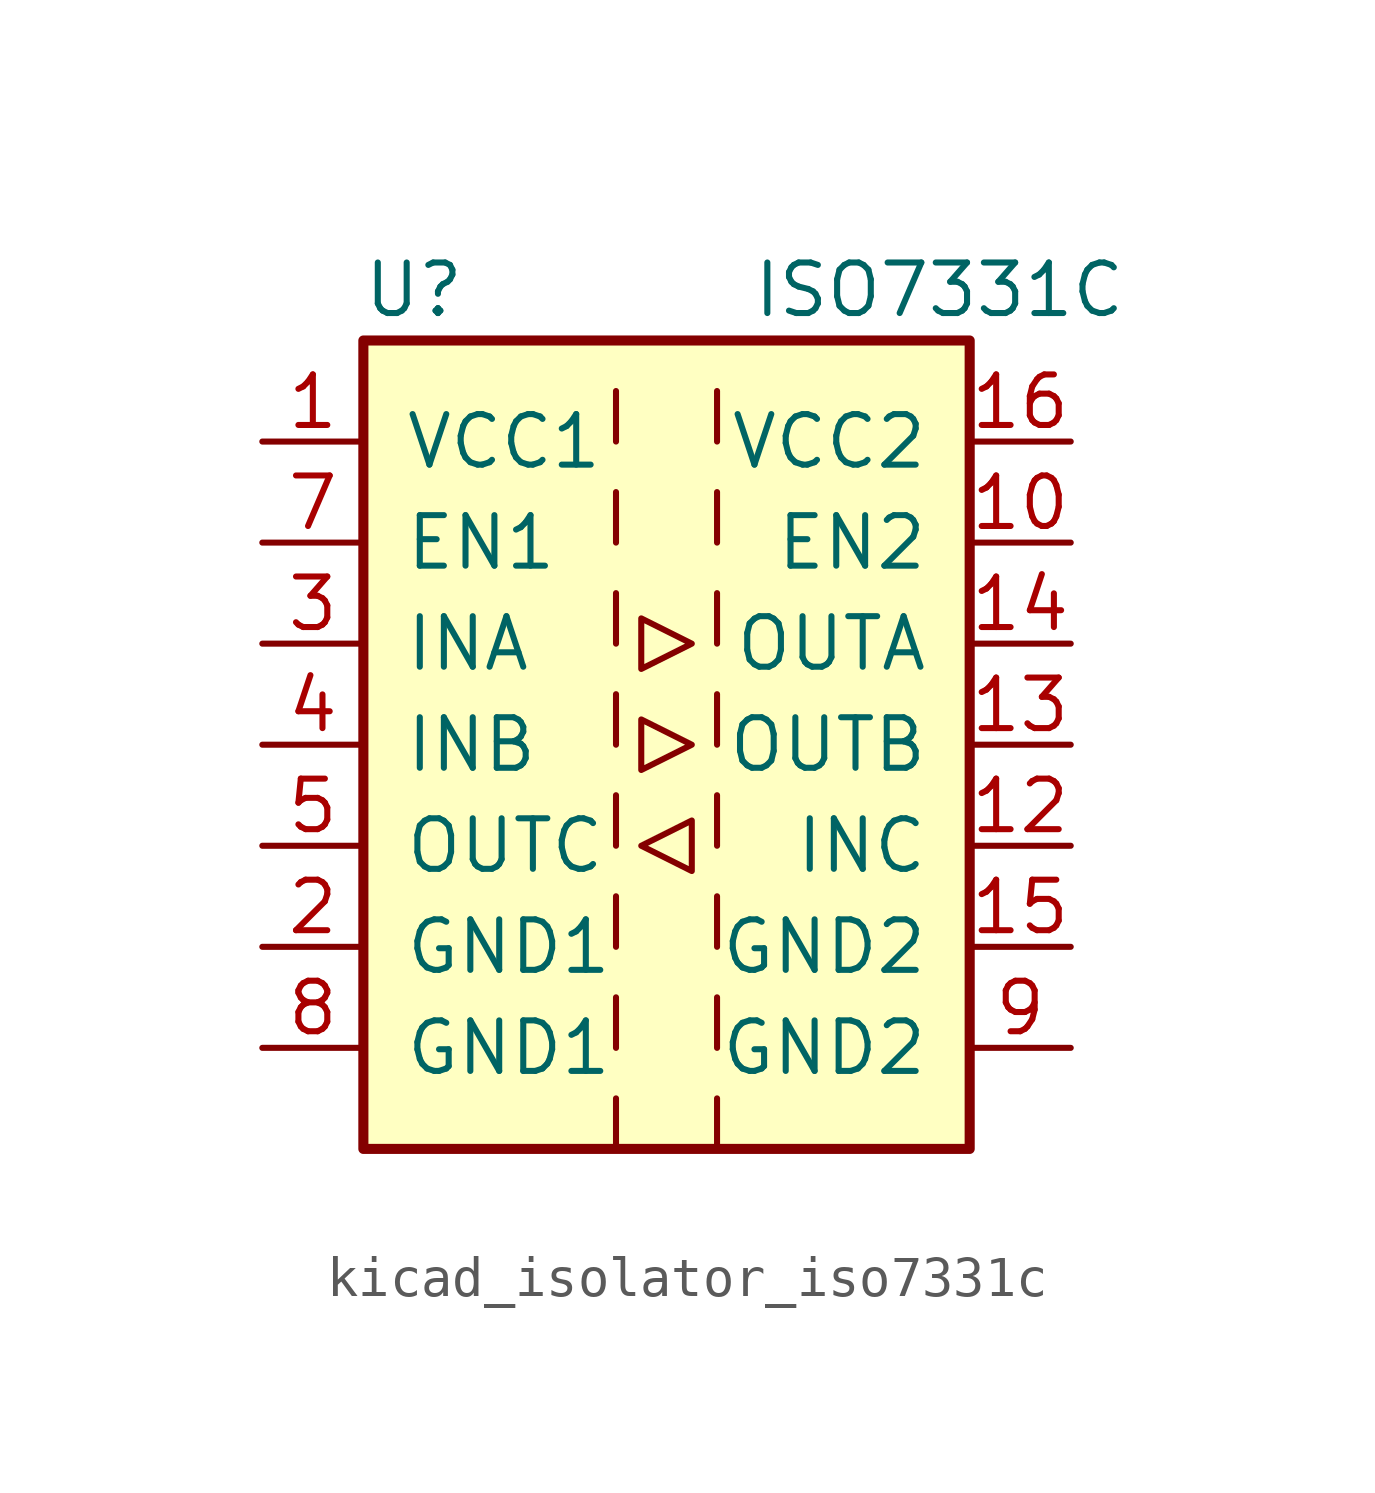
<source format=kicad_sym>
(kicad_symbol_lib
  (version 20220914)
  (generator kicad_symbol_editor)
  (symbol "kicad_isolator_iso7331c"
    (pin_names
      (offset 1.016))
    (property "Reference" "U"
      (at -6.35 11.43 0)
      (effects (font (size 1.27 1.27))))
    (property "Value" "ISO7331C"
      (at 6.858 11.43 0)
      (effects (font (size 1.27 1.27))))
    (symbol "kicad_isolator_iso7331c_0_1"
      (rectangle (start -7.62 10.16) (end 7.62 -10.16) (stroke (width 0.254) (type default)) (fill (type background)))
      (polyline (pts (xy -1.27 -8.89) (xy -1.27 -10.16)) (stroke (width 0) (type default)) (fill (type none)))
      (polyline (pts (xy -1.27 -6.35) (xy -1.27 -7.62)) (stroke (width 0) (type default)) (fill (type none)))
      (polyline (pts (xy -1.27 -3.81) (xy -1.27 -5.08)) (stroke (width 0) (type default)) (fill (type none)))
      (polyline (pts (xy -1.27 -1.27) (xy -1.27 -2.54)) (stroke (width 0) (type default)) (fill (type none)))
      (polyline (pts (xy -1.27 1.27) (xy -1.27 0)) (stroke (width 0) (type default)) (fill (type none)))
      (polyline (pts (xy -1.27 3.81) (xy -1.27 2.54)) (stroke (width 0) (type default)) (fill (type none)))
      (polyline (pts (xy -1.27 6.35) (xy -1.27 5.08)) (stroke (width 0) (type default)) (fill (type none)))
      (polyline (pts (xy -1.27 8.89) (xy -1.27 7.62)) (stroke (width 0) (type default)) (fill (type none)))
      (polyline (pts (xy 1.27 -8.89) (xy 1.27 -10.16)) (stroke (width 0) (type default)) (fill (type none)))
      (polyline (pts (xy 1.27 -6.35) (xy 1.27 -7.62)) (stroke (width 0) (type default)) (fill (type none)))
      (polyline (pts (xy 1.27 -3.81) (xy 1.27 -5.08)) (stroke (width 0) (type default)) (fill (type none)))
      (polyline (pts (xy 1.27 -1.27) (xy 1.27 -2.54)) (stroke (width 0) (type default)) (fill (type none)))
      (polyline (pts (xy 1.27 1.27) (xy 1.27 0)) (stroke (width 0) (type default)) (fill (type none)))
      (polyline (pts (xy 1.27 3.81) (xy 1.27 2.54)) (stroke (width 0) (type default)) (fill (type none)))
      (polyline (pts (xy 1.27 6.35) (xy 1.27 5.08)) (stroke (width 0) (type default)) (fill (type none)))
      (polyline (pts (xy 1.27 8.89) (xy 1.27 7.62)) (stroke (width 0) (type default)) (fill (type none)))
      (polyline (pts (xy -0.635 -2.54) (xy 0.635 -1.905) (xy 0.635 -3.175) (xy -0.635 -2.54)) (stroke (width 0) (type default)) (fill (type none)))
      (polyline (pts (xy -0.635 0.635) (xy -0.635 -0.635) (xy 0.635 0) (xy -0.635 0.635)) (stroke (width 0) (type default)) (fill (type none)))
      (polyline (pts (xy -0.635 3.175) (xy -0.635 1.905) (xy 0.635 2.54) (xy -0.635 3.175)) (stroke (width 0) (type default)) (fill (type none))))
    (symbol "kicad_isolator_iso7331c_1_1"
      (pin power_in line (at -10.16 7.62 0) (length 2.54) (name "VCC1" (effects (font (size 1.27 1.27)))) (number "1" (effects (font (size 1.27 1.27)))))
      (pin input line (at 10.16 5.08 180) (length 2.54) (name "EN2" (effects (font (size 1.27 1.27)))) (number "10" (effects (font (size 1.27 1.27)))))
      (pin no_connect line (at 0 10.16 270) (length 2.54) hide (name "NC" (effects (font (size 1.27 1.27)))) (number "11" (effects (font (size 1.27 1.27)))))
      (pin input line (at 10.16 -2.54 180) (length 2.54) (name "INC" (effects (font (size 1.27 1.27)))) (number "12" (effects (font (size 1.27 1.27)))))
      (pin output line (at 10.16 0 180) (length 2.54) (name "OUTB" (effects (font (size 1.27 1.27)))) (number "13" (effects (font (size 1.27 1.27)))))
      (pin output line (at 10.16 2.54 180) (length 2.54) (name "OUTA" (effects (font (size 1.27 1.27)))) (number "14" (effects (font (size 1.27 1.27)))))
      (pin power_in line (at 10.16 -5.08 180) (length 2.54) (name "GND2" (effects (font (size 1.27 1.27)))) (number "15" (effects (font (size 1.27 1.27)))))
      (pin power_in line (at 10.16 7.62 180) (length 2.54) (name "VCC2" (effects (font (size 1.27 1.27)))) (number "16" (effects (font (size 1.27 1.27)))))
      (pin power_in line (at -10.16 -5.08 0) (length 2.54) (name "GND1" (effects (font (size 1.27 1.27)))) (number "2" (effects (font (size 1.27 1.27)))))
      (pin input line (at -10.16 2.54 0) (length 2.54) (name "INA" (effects (font (size 1.27 1.27)))) (number "3" (effects (font (size 1.27 1.27)))))
      (pin input line (at -10.16 0 0) (length 2.54) (name "INB" (effects (font (size 1.27 1.27)))) (number "4" (effects (font (size 1.27 1.27)))))
      (pin output line (at -10.16 -2.54 0) (length 2.54) (name "OUTC" (effects (font (size 1.27 1.27)))) (number "5" (effects (font (size 1.27 1.27)))))
      (pin no_connect line (at 0 -10.16 90) (length 2.54) hide (name "NC" (effects (font (size 1.27 1.27)))) (number "6" (effects (font (size 1.27 1.27)))))
      (pin input line (at -10.16 5.08 0) (length 2.54) (name "EN1" (effects (font (size 1.27 1.27)))) (number "7" (effects (font (size 1.27 1.27)))))
      (pin power_in line (at -10.16 -7.62 0) (length 2.54) (name "GND1" (effects (font (size 1.27 1.27)))) (number "8" (effects (font (size 1.27 1.27)))))
      (pin power_in line (at 10.16 -7.62 180) (length 2.54) (name "GND2" (effects (font (size 1.27 1.27)))) (number "9" (effects (font (size 1.27 1.27))))))))
</source>
